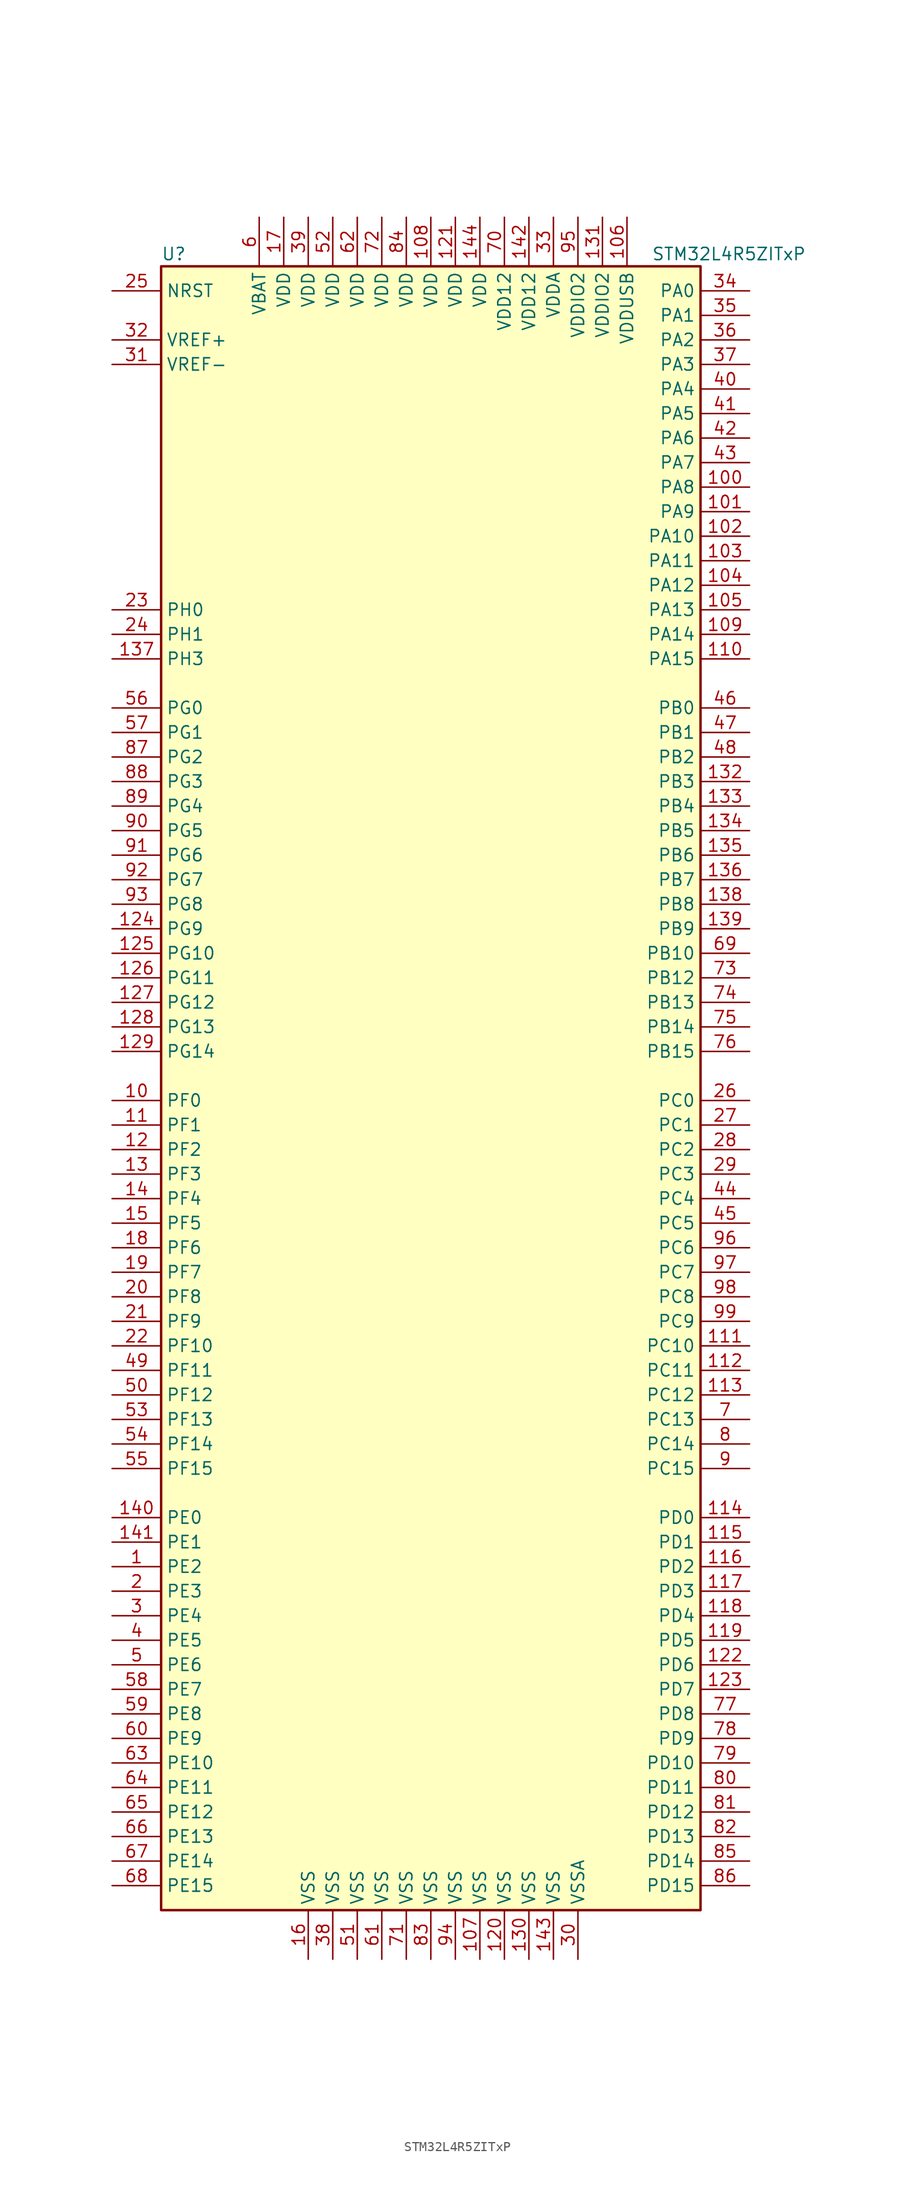
<source format=kicad_sym>
(kicad_symbol_lib
  (version 20201005)
  (generator kicad_symbol_editor)
  (symbol "STM32L4R5ZITxP"
    (property "Reference" "U"
      (at -27.94 85.09 0)
      (effects (font (size 1.27 1.27)) (justify left)))
    (property "Value" "STM32L4R5ZITxP"
      (at 22.86 85.09 0)
      (effects (font (size 1.27 1.27)) (justify left)))
    (symbol "STM32L4R5ZITxP_0_1"
      (rectangle (start -27.94 -86.36) (end 27.94 83.82) (stroke (width 0.254)) (fill (type background))))
    (symbol "STM32L4R5ZITxP_1_1"
      (pin bidirectional line (at -33.02 -50.8 0) (length 5.08) (name "PE2" (effects (font (size 1.27 1.27)))) (number "1" (effects (font (size 1.27 1.27)))))
      (pin bidirectional line (at -33.02 -2.54 0) (length 5.08) (name "PF0" (effects (font (size 1.27 1.27)))) (number "10" (effects (font (size 1.27 1.27)))))
      (pin bidirectional line (at 33.02 60.96 180) (length 5.08) (name "PA8" (effects (font (size 1.27 1.27)))) (number "100" (effects (font (size 1.27 1.27)))))
      (pin bidirectional line (at 33.02 58.42 180) (length 5.08) (name "PA9" (effects (font (size 1.27 1.27)))) (number "101" (effects (font (size 1.27 1.27)))))
      (pin bidirectional line (at 33.02 55.88 180) (length 5.08) (name "PA10" (effects (font (size 1.27 1.27)))) (number "102" (effects (font (size 1.27 1.27)))))
      (pin bidirectional line (at 33.02 53.34 180) (length 5.08) (name "PA11" (effects (font (size 1.27 1.27)))) (number "103" (effects (font (size 1.27 1.27)))))
      (pin bidirectional line (at 33.02 50.8 180) (length 5.08) (name "PA12" (effects (font (size 1.27 1.27)))) (number "104" (effects (font (size 1.27 1.27)))))
      (pin bidirectional line (at 33.02 48.26 180) (length 5.08) (name "PA13" (effects (font (size 1.27 1.27)))) (number "105" (effects (font (size 1.27 1.27)))))
      (pin power_in line (at 20.32 88.9 270) (length 5.08) (name "VDDUSB" (effects (font (size 1.27 1.27)))) (number "106" (effects (font (size 1.27 1.27)))))
      (pin power_in line (at 5.08 -91.44 90) (length 5.08) (name "VSS" (effects (font (size 1.27 1.27)))) (number "107" (effects (font (size 1.27 1.27)))))
      (pin power_in line (at 0 88.9 270) (length 5.08) (name "VDD" (effects (font (size 1.27 1.27)))) (number "108" (effects (font (size 1.27 1.27)))))
      (pin bidirectional line (at 33.02 45.72 180) (length 5.08) (name "PA14" (effects (font (size 1.27 1.27)))) (number "109" (effects (font (size 1.27 1.27)))))
      (pin bidirectional line (at -33.02 -5.08 0) (length 5.08) (name "PF1" (effects (font (size 1.27 1.27)))) (number "11" (effects (font (size 1.27 1.27)))))
      (pin bidirectional line (at 33.02 43.18 180) (length 5.08) (name "PA15" (effects (font (size 1.27 1.27)))) (number "110" (effects (font (size 1.27 1.27)))))
      (pin bidirectional line (at 33.02 -27.94 180) (length 5.08) (name "PC10" (effects (font (size 1.27 1.27)))) (number "111" (effects (font (size 1.27 1.27)))))
      (pin bidirectional line (at 33.02 -30.48 180) (length 5.08) (name "PC11" (effects (font (size 1.27 1.27)))) (number "112" (effects (font (size 1.27 1.27)))))
      (pin bidirectional line (at 33.02 -33.02 180) (length 5.08) (name "PC12" (effects (font (size 1.27 1.27)))) (number "113" (effects (font (size 1.27 1.27)))))
      (pin bidirectional line (at 33.02 -45.72 180) (length 5.08) (name "PD0" (effects (font (size 1.27 1.27)))) (number "114" (effects (font (size 1.27 1.27)))))
      (pin bidirectional line (at 33.02 -48.26 180) (length 5.08) (name "PD1" (effects (font (size 1.27 1.27)))) (number "115" (effects (font (size 1.27 1.27)))))
      (pin bidirectional line (at 33.02 -50.8 180) (length 5.08) (name "PD2" (effects (font (size 1.27 1.27)))) (number "116" (effects (font (size 1.27 1.27)))))
      (pin bidirectional line (at 33.02 -53.34 180) (length 5.08) (name "PD3" (effects (font (size 1.27 1.27)))) (number "117" (effects (font (size 1.27 1.27)))))
      (pin bidirectional line (at 33.02 -55.88 180) (length 5.08) (name "PD4" (effects (font (size 1.27 1.27)))) (number "118" (effects (font (size 1.27 1.27)))))
      (pin bidirectional line (at 33.02 -58.42 180) (length 5.08) (name "PD5" (effects (font (size 1.27 1.27)))) (number "119" (effects (font (size 1.27 1.27)))))
      (pin bidirectional line (at -33.02 -7.62 0) (length 5.08) (name "PF2" (effects (font (size 1.27 1.27)))) (number "12" (effects (font (size 1.27 1.27)))))
      (pin power_in line (at 7.62 -91.44 90) (length 5.08) (name "VSS" (effects (font (size 1.27 1.27)))) (number "120" (effects (font (size 1.27 1.27)))))
      (pin power_in line (at 2.54 88.9 270) (length 5.08) (name "VDD" (effects (font (size 1.27 1.27)))) (number "121" (effects (font (size 1.27 1.27)))))
      (pin bidirectional line (at 33.02 -60.96 180) (length 5.08) (name "PD6" (effects (font (size 1.27 1.27)))) (number "122" (effects (font (size 1.27 1.27)))))
      (pin bidirectional line (at 33.02 -63.5 180) (length 5.08) (name "PD7" (effects (font (size 1.27 1.27)))) (number "123" (effects (font (size 1.27 1.27)))))
      (pin bidirectional line (at -33.02 15.24 0) (length 5.08) (name "PG9" (effects (font (size 1.27 1.27)))) (number "124" (effects (font (size 1.27 1.27)))))
      (pin bidirectional line (at -33.02 12.7 0) (length 5.08) (name "PG10" (effects (font (size 1.27 1.27)))) (number "125" (effects (font (size 1.27 1.27)))))
      (pin bidirectional line (at -33.02 10.16 0) (length 5.08) (name "PG11" (effects (font (size 1.27 1.27)))) (number "126" (effects (font (size 1.27 1.27)))))
      (pin bidirectional line (at -33.02 7.62 0) (length 5.08) (name "PG12" (effects (font (size 1.27 1.27)))) (number "127" (effects (font (size 1.27 1.27)))))
      (pin bidirectional line (at -33.02 5.08 0) (length 5.08) (name "PG13" (effects (font (size 1.27 1.27)))) (number "128" (effects (font (size 1.27 1.27)))))
      (pin bidirectional line (at -33.02 2.54 0) (length 5.08) (name "PG14" (effects (font (size 1.27 1.27)))) (number "129" (effects (font (size 1.27 1.27)))))
      (pin bidirectional line (at -33.02 -10.16 0) (length 5.08) (name "PF3" (effects (font (size 1.27 1.27)))) (number "13" (effects (font (size 1.27 1.27)))))
      (pin power_in line (at 10.16 -91.44 90) (length 5.08) (name "VSS" (effects (font (size 1.27 1.27)))) (number "130" (effects (font (size 1.27 1.27)))))
      (pin power_in line (at 17.78 88.9 270) (length 5.08) (name "VDDIO2" (effects (font (size 1.27 1.27)))) (number "131" (effects (font (size 1.27 1.27)))))
      (pin bidirectional line (at 33.02 30.48 180) (length 5.08) (name "PB3" (effects (font (size 1.27 1.27)))) (number "132" (effects (font (size 1.27 1.27)))))
      (pin bidirectional line (at 33.02 27.94 180) (length 5.08) (name "PB4" (effects (font (size 1.27 1.27)))) (number "133" (effects (font (size 1.27 1.27)))))
      (pin bidirectional line (at 33.02 25.4 180) (length 5.08) (name "PB5" (effects (font (size 1.27 1.27)))) (number "134" (effects (font (size 1.27 1.27)))))
      (pin bidirectional line (at 33.02 22.86 180) (length 5.08) (name "PB6" (effects (font (size 1.27 1.27)))) (number "135" (effects (font (size 1.27 1.27)))))
      (pin bidirectional line (at 33.02 20.32 180) (length 5.08) (name "PB7" (effects (font (size 1.27 1.27)))) (number "136" (effects (font (size 1.27 1.27)))))
      (pin bidirectional line (at -33.02 43.18 0) (length 5.08) (name "PH3" (effects (font (size 1.27 1.27)))) (number "137" (effects (font (size 1.27 1.27)))))
      (pin bidirectional line (at 33.02 17.78 180) (length 5.08) (name "PB8" (effects (font (size 1.27 1.27)))) (number "138" (effects (font (size 1.27 1.27)))))
      (pin bidirectional line (at 33.02 15.24 180) (length 5.08) (name "PB9" (effects (font (size 1.27 1.27)))) (number "139" (effects (font (size 1.27 1.27)))))
      (pin bidirectional line (at -33.02 -12.7 0) (length 5.08) (name "PF4" (effects (font (size 1.27 1.27)))) (number "14" (effects (font (size 1.27 1.27)))))
      (pin bidirectional line (at -33.02 -45.72 0) (length 5.08) (name "PE0" (effects (font (size 1.27 1.27)))) (number "140" (effects (font (size 1.27 1.27)))))
      (pin bidirectional line (at -33.02 -48.26 0) (length 5.08) (name "PE1" (effects (font (size 1.27 1.27)))) (number "141" (effects (font (size 1.27 1.27)))))
      (pin power_in line (at 10.16 88.9 270) (length 5.08) (name "VDD12" (effects (font (size 1.27 1.27)))) (number "142" (effects (font (size 1.27 1.27)))))
      (pin power_in line (at 12.7 -91.44 90) (length 5.08) (name "VSS" (effects (font (size 1.27 1.27)))) (number "143" (effects (font (size 1.27 1.27)))))
      (pin power_in line (at 5.08 88.9 270) (length 5.08) (name "VDD" (effects (font (size 1.27 1.27)))) (number "144" (effects (font (size 1.27 1.27)))))
      (pin bidirectional line (at -33.02 -15.24 0) (length 5.08) (name "PF5" (effects (font (size 1.27 1.27)))) (number "15" (effects (font (size 1.27 1.27)))))
      (pin power_in line (at -12.7 -91.44 90) (length 5.08) (name "VSS" (effects (font (size 1.27 1.27)))) (number "16" (effects (font (size 1.27 1.27)))))
      (pin power_in line (at -15.24 88.9 270) (length 5.08) (name "VDD" (effects (font (size 1.27 1.27)))) (number "17" (effects (font (size 1.27 1.27)))))
      (pin bidirectional line (at -33.02 -17.78 0) (length 5.08) (name "PF6" (effects (font (size 1.27 1.27)))) (number "18" (effects (font (size 1.27 1.27)))))
      (pin bidirectional line (at -33.02 -20.32 0) (length 5.08) (name "PF7" (effects (font (size 1.27 1.27)))) (number "19" (effects (font (size 1.27 1.27)))))
      (pin bidirectional line (at -33.02 -53.34 0) (length 5.08) (name "PE3" (effects (font (size 1.27 1.27)))) (number "2" (effects (font (size 1.27 1.27)))))
      (pin bidirectional line (at -33.02 -22.86 0) (length 5.08) (name "PF8" (effects (font (size 1.27 1.27)))) (number "20" (effects (font (size 1.27 1.27)))))
      (pin bidirectional line (at -33.02 -25.4 0) (length 5.08) (name "PF9" (effects (font (size 1.27 1.27)))) (number "21" (effects (font (size 1.27 1.27)))))
      (pin bidirectional line (at -33.02 -27.94 0) (length 5.08) (name "PF10" (effects (font (size 1.27 1.27)))) (number "22" (effects (font (size 1.27 1.27)))))
      (pin input line (at -33.02 48.26 0) (length 5.08) (name "PH0" (effects (font (size 1.27 1.27)))) (number "23" (effects (font (size 1.27 1.27)))))
      (pin input line (at -33.02 45.72 0) (length 5.08) (name "PH1" (effects (font (size 1.27 1.27)))) (number "24" (effects (font (size 1.27 1.27)))))
      (pin input line (at -33.02 81.28 0) (length 5.08) (name "NRST" (effects (font (size 1.27 1.27)))) (number "25" (effects (font (size 1.27 1.27)))))
      (pin bidirectional line (at 33.02 -2.54 180) (length 5.08) (name "PC0" (effects (font (size 1.27 1.27)))) (number "26" (effects (font (size 1.27 1.27)))))
      (pin bidirectional line (at 33.02 -5.08 180) (length 5.08) (name "PC1" (effects (font (size 1.27 1.27)))) (number "27" (effects (font (size 1.27 1.27)))))
      (pin bidirectional line (at 33.02 -7.62 180) (length 5.08) (name "PC2" (effects (font (size 1.27 1.27)))) (number "28" (effects (font (size 1.27 1.27)))))
      (pin bidirectional line (at 33.02 -10.16 180) (length 5.08) (name "PC3" (effects (font (size 1.27 1.27)))) (number "29" (effects (font (size 1.27 1.27)))))
      (pin bidirectional line (at -33.02 -55.88 0) (length 5.08) (name "PE4" (effects (font (size 1.27 1.27)))) (number "3" (effects (font (size 1.27 1.27)))))
      (pin power_in line (at 15.24 -91.44 90) (length 5.08) (name "VSSA" (effects (font (size 1.27 1.27)))) (number "30" (effects (font (size 1.27 1.27)))))
      (pin power_in line (at -33.02 73.66 0) (length 5.08) (name "VREF-" (effects (font (size 1.27 1.27)))) (number "31" (effects (font (size 1.27 1.27)))))
      (pin bidirectional line (at -33.02 76.2 0) (length 5.08) (name "VREF+" (effects (font (size 1.27 1.27)))) (number "32" (effects (font (size 1.27 1.27)))))
      (pin power_in line (at 12.7 88.9 270) (length 5.08) (name "VDDA" (effects (font (size 1.27 1.27)))) (number "33" (effects (font (size 1.27 1.27)))))
      (pin bidirectional line (at 33.02 81.28 180) (length 5.08) (name "PA0" (effects (font (size 1.27 1.27)))) (number "34" (effects (font (size 1.27 1.27)))))
      (pin bidirectional line (at 33.02 78.74 180) (length 5.08) (name "PA1" (effects (font (size 1.27 1.27)))) (number "35" (effects (font (size 1.27 1.27)))))
      (pin bidirectional line (at 33.02 76.2 180) (length 5.08) (name "PA2" (effects (font (size 1.27 1.27)))) (number "36" (effects (font (size 1.27 1.27)))))
      (pin bidirectional line (at 33.02 73.66 180) (length 5.08) (name "PA3" (effects (font (size 1.27 1.27)))) (number "37" (effects (font (size 1.27 1.27)))))
      (pin power_in line (at -10.16 -91.44 90) (length 5.08) (name "VSS" (effects (font (size 1.27 1.27)))) (number "38" (effects (font (size 1.27 1.27)))))
      (pin power_in line (at -12.7 88.9 270) (length 5.08) (name "VDD" (effects (font (size 1.27 1.27)))) (number "39" (effects (font (size 1.27 1.27)))))
      (pin bidirectional line (at -33.02 -58.42 0) (length 5.08) (name "PE5" (effects (font (size 1.27 1.27)))) (number "4" (effects (font (size 1.27 1.27)))))
      (pin bidirectional line (at 33.02 71.12 180) (length 5.08) (name "PA4" (effects (font (size 1.27 1.27)))) (number "40" (effects (font (size 1.27 1.27)))))
      (pin bidirectional line (at 33.02 68.58 180) (length 5.08) (name "PA5" (effects (font (size 1.27 1.27)))) (number "41" (effects (font (size 1.27 1.27)))))
      (pin bidirectional line (at 33.02 66.04 180) (length 5.08) (name "PA6" (effects (font (size 1.27 1.27)))) (number "42" (effects (font (size 1.27 1.27)))))
      (pin bidirectional line (at 33.02 63.5 180) (length 5.08) (name "PA7" (effects (font (size 1.27 1.27)))) (number "43" (effects (font (size 1.27 1.27)))))
      (pin bidirectional line (at 33.02 -12.7 180) (length 5.08) (name "PC4" (effects (font (size 1.27 1.27)))) (number "44" (effects (font (size 1.27 1.27)))))
      (pin bidirectional line (at 33.02 -15.24 180) (length 5.08) (name "PC5" (effects (font (size 1.27 1.27)))) (number "45" (effects (font (size 1.27 1.27)))))
      (pin bidirectional line (at 33.02 38.1 180) (length 5.08) (name "PB0" (effects (font (size 1.27 1.27)))) (number "46" (effects (font (size 1.27 1.27)))))
      (pin bidirectional line (at 33.02 35.56 180) (length 5.08) (name "PB1" (effects (font (size 1.27 1.27)))) (number "47" (effects (font (size 1.27 1.27)))))
      (pin bidirectional line (at 33.02 33.02 180) (length 5.08) (name "PB2" (effects (font (size 1.27 1.27)))) (number "48" (effects (font (size 1.27 1.27)))))
      (pin bidirectional line (at -33.02 -30.48 0) (length 5.08) (name "PF11" (effects (font (size 1.27 1.27)))) (number "49" (effects (font (size 1.27 1.27)))))
      (pin bidirectional line (at -33.02 -60.96 0) (length 5.08) (name "PE6" (effects (font (size 1.27 1.27)))) (number "5" (effects (font (size 1.27 1.27)))))
      (pin bidirectional line (at -33.02 -33.02 0) (length 5.08) (name "PF12" (effects (font (size 1.27 1.27)))) (number "50" (effects (font (size 1.27 1.27)))))
      (pin power_in line (at -7.62 -91.44 90) (length 5.08) (name "VSS" (effects (font (size 1.27 1.27)))) (number "51" (effects (font (size 1.27 1.27)))))
      (pin power_in line (at -10.16 88.9 270) (length 5.08) (name "VDD" (effects (font (size 1.27 1.27)))) (number "52" (effects (font (size 1.27 1.27)))))
      (pin bidirectional line (at -33.02 -35.56 0) (length 5.08) (name "PF13" (effects (font (size 1.27 1.27)))) (number "53" (effects (font (size 1.27 1.27)))))
      (pin bidirectional line (at -33.02 -38.1 0) (length 5.08) (name "PF14" (effects (font (size 1.27 1.27)))) (number "54" (effects (font (size 1.27 1.27)))))
      (pin bidirectional line (at -33.02 -40.64 0) (length 5.08) (name "PF15" (effects (font (size 1.27 1.27)))) (number "55" (effects (font (size 1.27 1.27)))))
      (pin bidirectional line (at -33.02 38.1 0) (length 5.08) (name "PG0" (effects (font (size 1.27 1.27)))) (number "56" (effects (font (size 1.27 1.27)))))
      (pin bidirectional line (at -33.02 35.56 0) (length 5.08) (name "PG1" (effects (font (size 1.27 1.27)))) (number "57" (effects (font (size 1.27 1.27)))))
      (pin bidirectional line (at -33.02 -63.5 0) (length 5.08) (name "PE7" (effects (font (size 1.27 1.27)))) (number "58" (effects (font (size 1.27 1.27)))))
      (pin bidirectional line (at -33.02 -66.04 0) (length 5.08) (name "PE8" (effects (font (size 1.27 1.27)))) (number "59" (effects (font (size 1.27 1.27)))))
      (pin power_in line (at -17.78 88.9 270) (length 5.08) (name "VBAT" (effects (font (size 1.27 1.27)))) (number "6" (effects (font (size 1.27 1.27)))))
      (pin bidirectional line (at -33.02 -68.58 0) (length 5.08) (name "PE9" (effects (font (size 1.27 1.27)))) (number "60" (effects (font (size 1.27 1.27)))))
      (pin power_in line (at -5.08 -91.44 90) (length 5.08) (name "VSS" (effects (font (size 1.27 1.27)))) (number "61" (effects (font (size 1.27 1.27)))))
      (pin power_in line (at -7.62 88.9 270) (length 5.08) (name "VDD" (effects (font (size 1.27 1.27)))) (number "62" (effects (font (size 1.27 1.27)))))
      (pin bidirectional line (at -33.02 -71.12 0) (length 5.08) (name "PE10" (effects (font (size 1.27 1.27)))) (number "63" (effects (font (size 1.27 1.27)))))
      (pin bidirectional line (at -33.02 -73.66 0) (length 5.08) (name "PE11" (effects (font (size 1.27 1.27)))) (number "64" (effects (font (size 1.27 1.27)))))
      (pin bidirectional line (at -33.02 -76.2 0) (length 5.08) (name "PE12" (effects (font (size 1.27 1.27)))) (number "65" (effects (font (size 1.27 1.27)))))
      (pin bidirectional line (at -33.02 -78.74 0) (length 5.08) (name "PE13" (effects (font (size 1.27 1.27)))) (number "66" (effects (font (size 1.27 1.27)))))
      (pin bidirectional line (at -33.02 -81.28 0) (length 5.08) (name "PE14" (effects (font (size 1.27 1.27)))) (number "67" (effects (font (size 1.27 1.27)))))
      (pin bidirectional line (at -33.02 -83.82 0) (length 5.08) (name "PE15" (effects (font (size 1.27 1.27)))) (number "68" (effects (font (size 1.27 1.27)))))
      (pin bidirectional line (at 33.02 12.7 180) (length 5.08) (name "PB10" (effects (font (size 1.27 1.27)))) (number "69" (effects (font (size 1.27 1.27)))))
      (pin bidirectional line (at 33.02 -35.56 180) (length 5.08) (name "PC13" (effects (font (size 1.27 1.27)))) (number "7" (effects (font (size 1.27 1.27)))))
      (pin power_in line (at 7.62 88.9 270) (length 5.08) (name "VDD12" (effects (font (size 1.27 1.27)))) (number "70" (effects (font (size 1.27 1.27)))))
      (pin power_in line (at -2.54 -91.44 90) (length 5.08) (name "VSS" (effects (font (size 1.27 1.27)))) (number "71" (effects (font (size 1.27 1.27)))))
      (pin power_in line (at -5.08 88.9 270) (length 5.08) (name "VDD" (effects (font (size 1.27 1.27)))) (number "72" (effects (font (size 1.27 1.27)))))
      (pin bidirectional line (at 33.02 10.16 180) (length 5.08) (name "PB12" (effects (font (size 1.27 1.27)))) (number "73" (effects (font (size 1.27 1.27)))))
      (pin bidirectional line (at 33.02 7.62 180) (length 5.08) (name "PB13" (effects (font (size 1.27 1.27)))) (number "74" (effects (font (size 1.27 1.27)))))
      (pin bidirectional line (at 33.02 5.08 180) (length 5.08) (name "PB14" (effects (font (size 1.27 1.27)))) (number "75" (effects (font (size 1.27 1.27)))))
      (pin bidirectional line (at 33.02 2.54 180) (length 5.08) (name "PB15" (effects (font (size 1.27 1.27)))) (number "76" (effects (font (size 1.27 1.27)))))
      (pin bidirectional line (at 33.02 -66.04 180) (length 5.08) (name "PD8" (effects (font (size 1.27 1.27)))) (number "77" (effects (font (size 1.27 1.27)))))
      (pin bidirectional line (at 33.02 -68.58 180) (length 5.08) (name "PD9" (effects (font (size 1.27 1.27)))) (number "78" (effects (font (size 1.27 1.27)))))
      (pin bidirectional line (at 33.02 -71.12 180) (length 5.08) (name "PD10" (effects (font (size 1.27 1.27)))) (number "79" (effects (font (size 1.27 1.27)))))
      (pin bidirectional line (at 33.02 -38.1 180) (length 5.08) (name "PC14" (effects (font (size 1.27 1.27)))) (number "8" (effects (font (size 1.27 1.27)))))
      (pin bidirectional line (at 33.02 -73.66 180) (length 5.08) (name "PD11" (effects (font (size 1.27 1.27)))) (number "80" (effects (font (size 1.27 1.27)))))
      (pin bidirectional line (at 33.02 -76.2 180) (length 5.08) (name "PD12" (effects (font (size 1.27 1.27)))) (number "81" (effects (font (size 1.27 1.27)))))
      (pin bidirectional line (at 33.02 -78.74 180) (length 5.08) (name "PD13" (effects (font (size 1.27 1.27)))) (number "82" (effects (font (size 1.27 1.27)))))
      (pin power_in line (at 0 -91.44 90) (length 5.08) (name "VSS" (effects (font (size 1.27 1.27)))) (number "83" (effects (font (size 1.27 1.27)))))
      (pin power_in line (at -2.54 88.9 270) (length 5.08) (name "VDD" (effects (font (size 1.27 1.27)))) (number "84" (effects (font (size 1.27 1.27)))))
      (pin bidirectional line (at 33.02 -81.28 180) (length 5.08) (name "PD14" (effects (font (size 1.27 1.27)))) (number "85" (effects (font (size 1.27 1.27)))))
      (pin bidirectional line (at 33.02 -83.82 180) (length 5.08) (name "PD15" (effects (font (size 1.27 1.27)))) (number "86" (effects (font (size 1.27 1.27)))))
      (pin bidirectional line (at -33.02 33.02 0) (length 5.08) (name "PG2" (effects (font (size 1.27 1.27)))) (number "87" (effects (font (size 1.27 1.27)))))
      (pin bidirectional line (at -33.02 30.48 0) (length 5.08) (name "PG3" (effects (font (size 1.27 1.27)))) (number "88" (effects (font (size 1.27 1.27)))))
      (pin bidirectional line (at -33.02 27.94 0) (length 5.08) (name "PG4" (effects (font (size 1.27 1.27)))) (number "89" (effects (font (size 1.27 1.27)))))
      (pin bidirectional line (at 33.02 -40.64 180) (length 5.08) (name "PC15" (effects (font (size 1.27 1.27)))) (number "9" (effects (font (size 1.27 1.27)))))
      (pin bidirectional line (at -33.02 25.4 0) (length 5.08) (name "PG5" (effects (font (size 1.27 1.27)))) (number "90" (effects (font (size 1.27 1.27)))))
      (pin bidirectional line (at -33.02 22.86 0) (length 5.08) (name "PG6" (effects (font (size 1.27 1.27)))) (number "91" (effects (font (size 1.27 1.27)))))
      (pin bidirectional line (at -33.02 20.32 0) (length 5.08) (name "PG7" (effects (font (size 1.27 1.27)))) (number "92" (effects (font (size 1.27 1.27)))))
      (pin bidirectional line (at -33.02 17.78 0) (length 5.08) (name "PG8" (effects (font (size 1.27 1.27)))) (number "93" (effects (font (size 1.27 1.27)))))
      (pin power_in line (at 2.54 -91.44 90) (length 5.08) (name "VSS" (effects (font (size 1.27 1.27)))) (number "94" (effects (font (size 1.27 1.27)))))
      (pin power_in line (at 15.24 88.9 270) (length 5.08) (name "VDDIO2" (effects (font (size 1.27 1.27)))) (number "95" (effects (font (size 1.27 1.27)))))
      (pin bidirectional line (at 33.02 -17.78 180) (length 5.08) (name "PC6" (effects (font (size 1.27 1.27)))) (number "96" (effects (font (size 1.27 1.27)))))
      (pin bidirectional line (at 33.02 -20.32 180) (length 5.08) (name "PC7" (effects (font (size 1.27 1.27)))) (number "97" (effects (font (size 1.27 1.27)))))
      (pin bidirectional line (at 33.02 -22.86 180) (length 5.08) (name "PC8" (effects (font (size 1.27 1.27)))) (number "98" (effects (font (size 1.27 1.27)))))
      (pin bidirectional line (at 33.02 -25.4 180) (length 5.08) (name "PC9" (effects (font (size 1.27 1.27)))) (number "99" (effects (font (size 1.27 1.27))))))))
</source>
